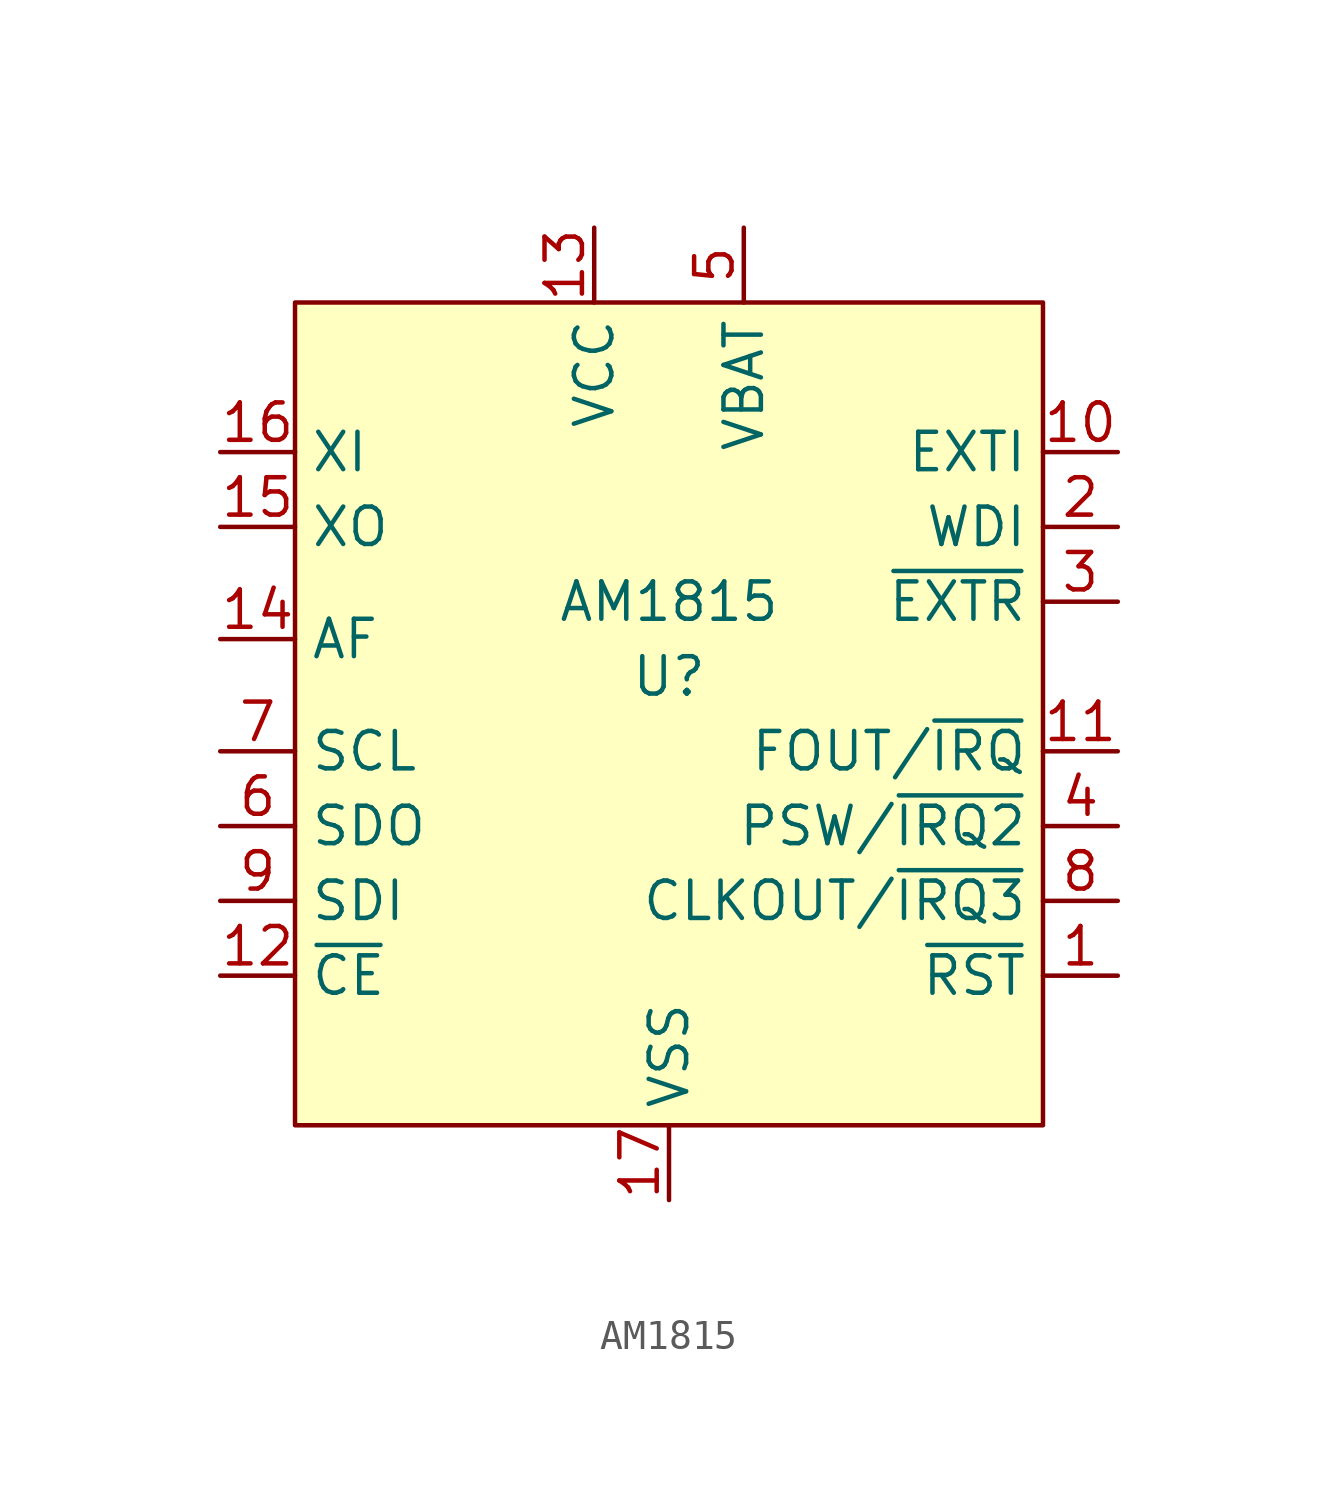
<source format=kicad_sym>
(kicad_symbol_lib
  (version 20220914)
  (generator kicad_symbol_editor)
  (symbol "AM1815"
    (property "Reference" "U"
      (at 0 0 0)
      (effects (font (size 1.27 1.27))))
    (property "Value" "AM1815"
      (at 0 2.54 0)
      (effects (font (size 1.27 1.27))))
    (symbol "AM1815_0_0"
      (pin output line (at 15.24 -10.16 180) (length 2.54) (name "~{RST}" (effects (font (size 1.27 1.27)))) (number "1" (effects (font (size 1.27 1.27)))))
      (pin input line (at 15.24 7.62 180) (length 2.54) (name "EXTI" (effects (font (size 1.27 1.27)))) (number "10" (effects (font (size 1.27 1.27)))))
      (pin output line (at 15.24 -2.54 180) (length 2.54) (name "FOUT/~{IRQ}" (effects (font (size 1.27 1.27)))) (number "11" (effects (font (size 1.27 1.27)))))
      (pin input line (at -15.24 -10.16 0) (length 2.54) (name "~{CE}" (effects (font (size 1.27 1.27)))) (number "12" (effects (font (size 1.27 1.27)))))
      (pin power_in line (at -2.54 15.24 270) (length 2.54) (name "VCC" (effects (font (size 1.27 1.27)))) (number "13" (effects (font (size 1.27 1.27)))))
      (pin passive line (at -15.24 1.27 0) (length 2.54) (name "AF" (effects (font (size 1.27 1.27)))) (number "14" (effects (font (size 1.27 1.27)))))
      (pin input line (at -15.24 5.08 0) (length 2.54) (name "XO" (effects (font (size 1.27 1.27)))) (number "15" (effects (font (size 1.27 1.27)))))
      (pin output line (at -15.24 7.62 0) (length 2.54) (name "XI" (effects (font (size 1.27 1.27)))) (number "16" (effects (font (size 1.27 1.27)))))
      (pin power_in line (at 0 -17.78 90) (length 2.54) (name "VSS" (effects (font (size 1.27 1.27)))) (number "17" (effects (font (size 1.27 1.27)))))
      (pin input line (at 15.24 5.08 180) (length 2.54) (name "WDI" (effects (font (size 1.27 1.27)))) (number "2" (effects (font (size 1.27 1.27)))))
      (pin input line (at 15.24 2.54 180) (length 2.54) (name "~{EXTR}" (effects (font (size 1.27 1.27)))) (number "3" (effects (font (size 1.27 1.27)))))
      (pin output line (at 15.24 -5.08 180) (length 2.54) (name "PSW/~{IRQ2}" (effects (font (size 1.27 1.27)))) (number "4" (effects (font (size 1.27 1.27)))))
      (pin bidirectional line (at 2.54 15.24 270) (length 2.54) (name "VBAT" (effects (font (size 1.27 1.27)))) (number "5" (effects (font (size 1.27 1.27)))))
      (pin output line (at -15.24 -5.08 0) (length 2.54) (name "SDO" (effects (font (size 1.27 1.27)))) (number "6" (effects (font (size 1.27 1.27)))))
      (pin input line (at -15.24 -2.54 0) (length 2.54) (name "SCL" (effects (font (size 1.27 1.27)))) (number "7" (effects (font (size 1.27 1.27)))))
      (pin output line (at 15.24 -7.62 180) (length 2.54) (name "CLKOUT/~{IRQ3}" (effects (font (size 1.27 1.27)))) (number "8" (effects (font (size 1.27 1.27)))))
      (pin input line (at -15.24 -7.62 0) (length 2.54) (name "SDI" (effects (font (size 1.27 1.27)))) (number "9" (effects (font (size 1.27 1.27))))))
    (symbol "AM1815_1_1"
      (rectangle (start -12.7 12.7) (end 12.7 -15.24) (stroke (width 0) (type default)) (fill (type background))))))
</source>
